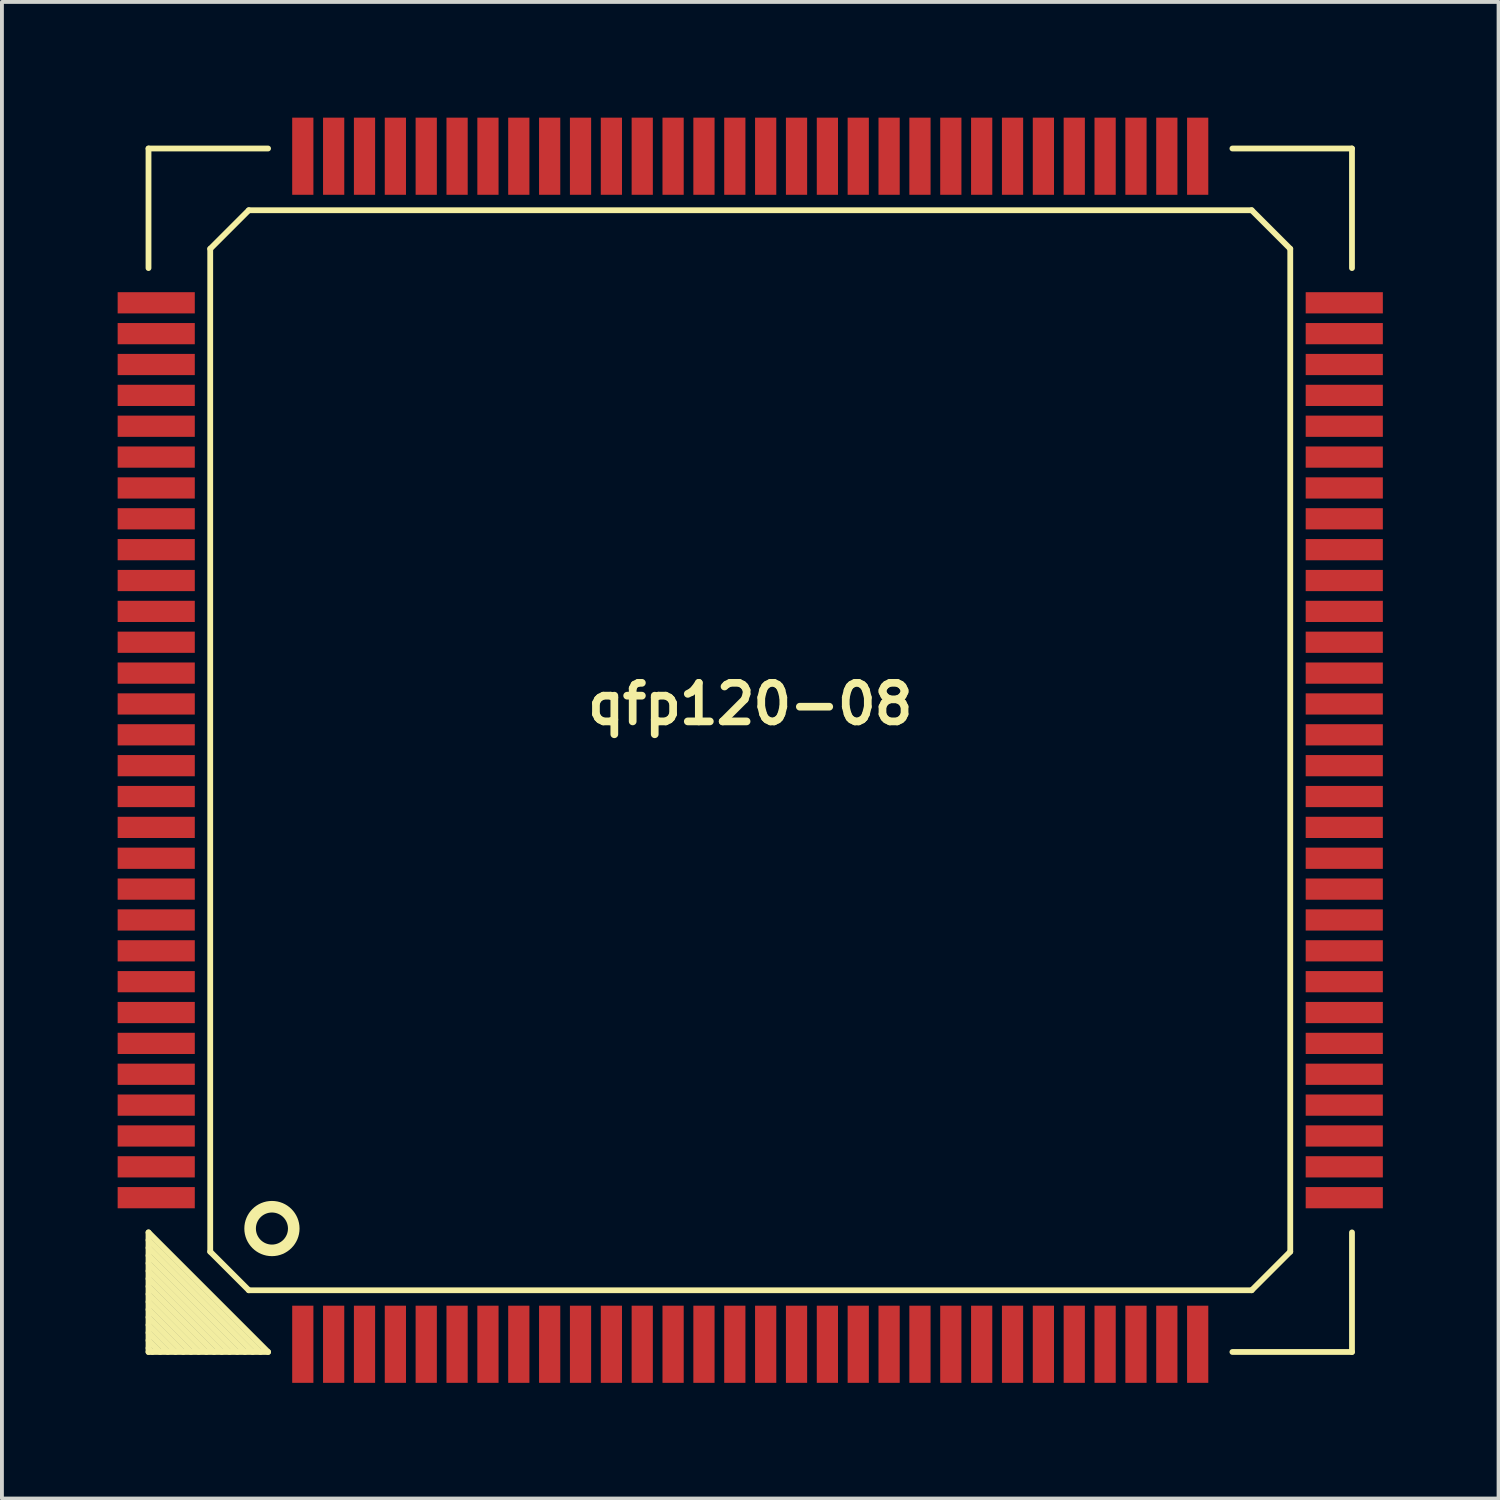
<source format=kicad_pcb>
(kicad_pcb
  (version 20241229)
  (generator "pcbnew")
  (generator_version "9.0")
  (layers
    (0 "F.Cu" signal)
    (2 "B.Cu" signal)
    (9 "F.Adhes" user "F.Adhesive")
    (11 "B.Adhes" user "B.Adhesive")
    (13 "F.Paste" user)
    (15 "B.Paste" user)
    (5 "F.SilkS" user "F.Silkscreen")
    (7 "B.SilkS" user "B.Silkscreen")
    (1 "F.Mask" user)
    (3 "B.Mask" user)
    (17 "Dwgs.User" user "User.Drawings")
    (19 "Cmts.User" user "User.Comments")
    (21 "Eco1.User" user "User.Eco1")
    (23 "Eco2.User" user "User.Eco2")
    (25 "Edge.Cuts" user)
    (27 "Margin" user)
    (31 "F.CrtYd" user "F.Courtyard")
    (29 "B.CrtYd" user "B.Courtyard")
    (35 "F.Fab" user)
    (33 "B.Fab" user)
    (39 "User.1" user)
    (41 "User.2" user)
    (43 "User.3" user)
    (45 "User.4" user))
  (footprint "qfp120-08"
    (layer "F.Cu")
    (at 16.4 16.4)
    (property "Reference" "qfp120-08" (at 0 -1.2 0) (layer "F.SilkS") (effects (font (size 1 1) (thickness 0.2))))
    (attr through_hole)
    (fp_line (start -15.6 -15.6) (end -12.5 -15.6) (stroke (width 0.15) (type solid)) (layer "F.SilkS"))
    (fp_line (start -15.6 -12.5) (end -15.6 -15.6) (stroke (width 0.15) (type solid)) (layer "F.SilkS"))
    (fp_line (start -15.6 12.7) (end -12.7 15.6) (stroke (width 0.15) (type solid)) (layer "F.SilkS"))
    (fp_line (start -15.6 14.3) (end -14.3 15.6) (stroke (width 0.15) (type solid)) (layer "F.SilkS"))
    (fp_line (start -15.6 14.7) (end -14.7 15.6) (stroke (width 0.15) (type solid)) (layer "F.SilkS"))
    (fp_line (start -15.6 15.1) (end -15.1 15.6) (stroke (width 0.15) (type solid)) (layer "F.SilkS"))
    (fp_line (start -15.6 15.5) (end -15.5 15.6) (stroke (width 0.15) (type solid)) (layer "F.SilkS"))
    (fp_line (start -15.6 15.6) (end -15.6 12.5) (stroke (width 0.15) (type solid)) (layer "F.SilkS"))
    (fp_line (start -15.3 15.6) (end -15.6 15.3) (stroke (width 0.15) (type solid)) (layer "F.SilkS"))
    (fp_line (start -14.9 15.6) (end -15.6 14.9) (stroke (width 0.15) (type solid)) (layer "F.SilkS"))
    (fp_line (start -14.5 15.6) (end -15.6 14.5) (stroke (width 0.15) (type solid)) (layer "F.SilkS"))
    (fp_line (start -14.1 15.6) (end -15.6 14.1) (stroke (width 0.15) (type solid)) (layer "F.SilkS"))
    (fp_line (start -14 -13) (end -13 -14) (stroke (width 0.15) (type solid)) (layer "F.SilkS"))
    (fp_line (start -14 13) (end -14 -13) (stroke (width 0.15) (type solid)) (layer "F.SilkS"))
    (fp_line (start -13.9 15.6) (end -15.6 13.9) (stroke (width 0.15) (type solid)) (layer "F.SilkS"))
    (fp_line (start -13.7 15.6) (end -15.6 13.7) (stroke (width 0.15) (type solid)) (layer "F.SilkS"))
    (fp_line (start -13.5 15.6) (end -15.6 13.5) (stroke (width 0.15) (type solid)) (layer "F.SilkS"))
    (fp_line (start -13.3 15.6) (end -15.6 13.3) (stroke (width 0.15) (type solid)) (layer "F.SilkS"))
    (fp_line (start -13.1 15.6) (end -15.6 13.1) (stroke (width 0.15) (type solid)) (layer "F.SilkS"))
    (fp_line (start -13 -14) (end 13 -14) (stroke (width 0.15) (type solid)) (layer "F.SilkS"))
    (fp_line (start -13 14) (end -14 13) (stroke (width 0.15) (type solid)) (layer "F.SilkS"))
    (fp_line (start -12.9 15.6) (end -15.6 12.9) (stroke (width 0.15) (type solid)) (layer "F.SilkS"))
    (fp_line (start -12.5 15.6) (end -15.6 12.5) (stroke (width 0.15) (type solid)) (layer "F.SilkS"))
    (fp_line (start -12.5 15.6) (end -15.6 15.6) (stroke (width 0.15) (type solid)) (layer "F.SilkS"))
    (fp_line (start 12.5 -15.6) (end 15.6 -15.6) (stroke (width 0.15) (type solid)) (layer "F.SilkS"))
    (fp_line (start 13 -14) (end 14 -13) (stroke (width 0.15) (type solid)) (layer "F.SilkS"))
    (fp_line (start 13 14) (end -13 14) (stroke (width 0.15) (type solid)) (layer "F.SilkS"))
    (fp_line (start 14 13) (end 13 14) (stroke (width 0.15) (type solid)) (layer "F.SilkS"))
    (fp_line (start 14 13) (end 14 -13) (stroke (width 0.15) (type solid)) (layer "F.SilkS"))
    (fp_line (start 15.6 -15.6) (end 15.6 -12.5) (stroke (width 0.15) (type solid)) (layer "F.SilkS"))
    (fp_line (start 15.6 12.5) (end 15.6 15.6) (stroke (width 0.15) (type solid)) (layer "F.SilkS"))
    (fp_line (start 15.6 15.6) (end 12.5 15.6) (stroke (width 0.15) (type solid)) (layer "F.SilkS"))
    (fp_circle (center -12.4 12.4) (end -12.8 12.8) (stroke (width 0.3) (type solid)) (fill no) (layer "F.SilkS"))
    (pad "1" smd rect (at -11.6 15.4) (size 0.55 2) (layers "F.Cu" "F.Mask" "F.Paste"))
    (pad "2" smd rect (at -10.8 15.4) (size 0.55 2) (layers "F.Cu" "F.Mask" "F.Paste"))
    (pad "3" smd rect (at -10 15.4) (size 0.55 2) (layers "F.Cu" "F.Mask" "F.Paste"))
    (pad "4" smd rect (at -9.2 15.4) (size 0.55 2) (layers "F.Cu" "F.Mask" "F.Paste"))
    (pad "5" smd rect (at -8.4 15.4) (size 0.55 2) (layers "F.Cu" "F.Mask" "F.Paste"))
    (pad "6" smd rect (at -7.6 15.4) (size 0.55 2) (layers "F.Cu" "F.Mask" "F.Paste"))
    (pad "7" smd rect (at -6.8 15.4) (size 0.55 2) (layers "F.Cu" "F.Mask" "F.Paste"))
    (pad "8" smd rect (at -6 15.4) (size 0.55 2) (layers "F.Cu" "F.Mask" "F.Paste"))
    (pad "9" smd rect (at -5.2 15.4) (size 0.55 2) (layers "F.Cu" "F.Mask" "F.Paste"))
    (pad "10" smd rect (at -4.4 15.4) (size 0.55 2) (layers "F.Cu" "F.Mask" "F.Paste"))
    (pad "11" smd rect (at -3.6 15.4) (size 0.55 2) (layers "F.Cu" "F.Mask" "F.Paste"))
    (pad "12" smd rect (at -2.8 15.4) (size 0.55 2) (layers "F.Cu" "F.Mask" "F.Paste"))
    (pad "13" smd rect (at -2 15.4) (size 0.55 2) (layers "F.Cu" "F.Mask" "F.Paste"))
    (pad "14" smd rect (at -1.2 15.4) (size 0.55 2) (layers "F.Cu" "F.Mask" "F.Paste"))
    (pad "15" smd rect (at -0.4 15.4) (size 0.55 2) (layers "F.Cu" "F.Mask" "F.Paste"))
    (pad "16" smd rect (at 0.4 15.4) (size 0.55 2) (layers "F.Cu" "F.Mask" "F.Paste"))
    (pad "17" smd rect (at 1.2 15.4) (size 0.55 2) (layers "F.Cu" "F.Mask" "F.Paste"))
    (pad "18" smd rect (at 2 15.4) (size 0.55 2) (layers "F.Cu" "F.Mask" "F.Paste"))
    (pad "19" smd rect (at 2.8 15.4) (size 0.55 2) (layers "F.Cu" "F.Mask" "F.Paste"))
    (pad "20" smd rect (at 3.6 15.4) (size 0.55 2) (layers "F.Cu" "F.Mask" "F.Paste"))
    (pad "21" smd rect (at 4.4 15.4) (size 0.55 2) (layers "F.Cu" "F.Mask" "F.Paste"))
    (pad "22" smd rect (at 5.2 15.4) (size 0.55 2) (layers "F.Cu" "F.Mask" "F.Paste"))
    (pad "23" smd rect (at 6 15.4) (size 0.55 2) (layers "F.Cu" "F.Mask" "F.Paste"))
    (pad "24" smd rect (at 6.8 15.4) (size 0.55 2) (layers "F.Cu" "F.Mask" "F.Paste"))
    (pad "25" smd rect (at 7.6 15.4) (size 0.55 2) (layers "F.Cu" "F.Mask" "F.Paste"))
    (pad "26" smd rect (at 8.4 15.4) (size 0.55 2) (layers "F.Cu" "F.Mask" "F.Paste"))
    (pad "27" smd rect (at 9.2 15.4) (size 0.55 2) (layers "F.Cu" "F.Mask" "F.Paste"))
    (pad "28" smd rect (at 10 15.4) (size 0.55 2) (layers "F.Cu" "F.Mask" "F.Paste"))
    (pad "29" smd rect (at 10.8 15.4) (size 0.55 2) (layers "F.Cu" "F.Mask" "F.Paste"))
    (pad "30" smd rect (at 11.6 15.4) (size 0.55 2) (layers "F.Cu" "F.Mask" "F.Paste"))
    (pad "31" smd rect (at 15.4 11.6) (size 2 0.55) (layers "F.Cu" "F.Mask" "F.Paste"))
    (pad "32" smd rect (at 15.4 10.8) (size 2 0.55) (layers "F.Cu" "F.Mask" "F.Paste"))
    (pad "33" smd rect (at 15.4 10) (size 2 0.55) (layers "F.Cu" "F.Mask" "F.Paste"))
    (pad "34" smd rect (at 15.4 9.2) (size 2 0.55) (layers "F.Cu" "F.Mask" "F.Paste"))
    (pad "35" smd rect (at 15.4 8.4) (size 2 0.55) (layers "F.Cu" "F.Mask" "F.Paste"))
    (pad "36" smd rect (at 15.4 7.6) (size 2 0.55) (layers "F.Cu" "F.Mask" "F.Paste"))
    (pad "37" smd rect (at 15.4 6.8) (size 2 0.55) (layers "F.Cu" "F.Mask" "F.Paste"))
    (pad "38" smd rect (at 15.4 6) (size 2 0.55) (layers "F.Cu" "F.Mask" "F.Paste"))
    (pad "39" smd rect (at 15.4 5.2) (size 2 0.55) (layers "F.Cu" "F.Mask" "F.Paste"))
    (pad "40" smd rect (at 15.4 4.4) (size 2 0.55) (layers "F.Cu" "F.Mask" "F.Paste"))
    (pad "41" smd rect (at 15.4 3.6) (size 2 0.55) (layers "F.Cu" "F.Mask" "F.Paste"))
    (pad "42" smd rect (at 15.4 2.8) (size 2 0.55) (layers "F.Cu" "F.Mask" "F.Paste"))
    (pad "43" smd rect (at 15.4 2) (size 2 0.55) (layers "F.Cu" "F.Mask" "F.Paste"))
    (pad "44" smd rect (at 15.4 1.2) (size 2 0.55) (layers "F.Cu" "F.Mask" "F.Paste"))
    (pad "45" smd rect (at 15.4 0.4) (size 2 0.55) (layers "F.Cu" "F.Mask" "F.Paste"))
    (pad "46" smd rect (at 15.4 -0.4) (size 2 0.55) (layers "F.Cu" "F.Mask" "F.Paste"))
    (pad "47" smd rect (at 15.4 -1.2) (size 2 0.55) (layers "F.Cu" "F.Mask" "F.Paste"))
    (pad "48" smd rect (at 15.4 -2) (size 2 0.55) (layers "F.Cu" "F.Mask" "F.Paste"))
    (pad "49" smd rect (at 15.4 -2.8) (size 2 0.55) (layers "F.Cu" "F.Mask" "F.Paste"))
    (pad "50" smd rect (at 15.4 -3.6) (size 2 0.55) (layers "F.Cu" "F.Mask" "F.Paste"))
    (pad "51" smd rect (at 15.4 -4.4) (size 2 0.55) (layers "F.Cu" "F.Mask" "F.Paste"))
    (pad "52" smd rect (at 15.4 -5.2) (size 2 0.55) (layers "F.Cu" "F.Mask" "F.Paste"))
    (pad "53" smd rect (at 15.4 -6) (size 2 0.55) (layers "F.Cu" "F.Mask" "F.Paste"))
    (pad "54" smd rect (at 15.4 -6.8) (size 2 0.55) (layers "F.Cu" "F.Mask" "F.Paste"))
    (pad "55" smd rect (at 15.4 -7.6) (size 2 0.55) (layers "F.Cu" "F.Mask" "F.Paste"))
    (pad "56" smd rect (at 15.4 -8.4) (size 2 0.55) (layers "F.Cu" "F.Mask" "F.Paste"))
    (pad "57" smd rect (at 15.4 -9.2) (size 2 0.55) (layers "F.Cu" "F.Mask" "F.Paste"))
    (pad "58" smd rect (at 15.4 -10) (size 2 0.55) (layers "F.Cu" "F.Mask" "F.Paste"))
    (pad "59" smd rect (at 15.4 -10.8) (size 2 0.55) (layers "F.Cu" "F.Mask" "F.Paste"))
    (pad "60" smd rect (at 15.4 -11.6) (size 2 0.55) (layers "F.Cu" "F.Mask" "F.Paste"))
    (pad "61" smd rect (at 11.6 -15.4) (size 0.55 2) (layers "F.Cu" "F.Mask" "F.Paste"))
    (pad "62" smd rect (at 10.8 -15.4) (size 0.55 2) (layers "F.Cu" "F.Mask" "F.Paste"))
    (pad "63" smd rect (at 10 -15.4) (size 0.55 2) (layers "F.Cu" "F.Mask" "F.Paste"))
    (pad "64" smd rect (at 9.2 -15.4) (size 0.55 2) (layers "F.Cu" "F.Mask" "F.Paste"))
    (pad "65" smd rect (at 8.4 -15.4) (size 0.55 2) (layers "F.Cu" "F.Mask" "F.Paste"))
    (pad "66" smd rect (at 7.6 -15.4) (size 0.55 2) (layers "F.Cu" "F.Mask" "F.Paste"))
    (pad "67" smd rect (at 6.8 -15.4) (size 0.55 2) (layers "F.Cu" "F.Mask" "F.Paste"))
    (pad "68" smd rect (at 6 -15.4) (size 0.55 2) (layers "F.Cu" "F.Mask" "F.Paste"))
    (pad "69" smd rect (at 5.2 -15.4) (size 0.55 2) (layers "F.Cu" "F.Mask" "F.Paste"))
    (pad "70" smd rect (at 4.4 -15.4) (size 0.55 2) (layers "F.Cu" "F.Mask" "F.Paste"))
    (pad "71" smd rect (at 3.6 -15.4) (size 0.55 2) (layers "F.Cu" "F.Mask" "F.Paste"))
    (pad "72" smd rect (at 2.8 -15.4) (size 0.55 2) (layers "F.Cu" "F.Mask" "F.Paste"))
    (pad "73" smd rect (at 2 -15.4) (size 0.55 2) (layers "F.Cu" "F.Mask" "F.Paste"))
    (pad "74" smd rect (at 1.2 -15.4) (size 0.55 2) (layers "F.Cu" "F.Mask" "F.Paste"))
    (pad "75" smd rect (at 0.4 -15.4) (size 0.55 2) (layers "F.Cu" "F.Mask" "F.Paste"))
    (pad "76" smd rect (at -0.4 -15.4) (size 0.55 2) (layers "F.Cu" "F.Mask" "F.Paste"))
    (pad "77" smd rect (at -1.2 -15.4) (size 0.55 2) (layers "F.Cu" "F.Mask" "F.Paste"))
    (pad "78" smd rect (at -2 -15.4) (size 0.55 2) (layers "F.Cu" "F.Mask" "F.Paste"))
    (pad "79" smd rect (at -2.8 -15.4) (size 0.55 2) (layers "F.Cu" "F.Mask" "F.Paste"))
    (pad "80" smd rect (at -3.6 -15.4) (size 0.55 2) (layers "F.Cu" "F.Mask" "F.Paste"))
    (pad "81" smd rect (at -4.4 -15.4) (size 0.55 2) (layers "F.Cu" "F.Mask" "F.Paste"))
    (pad "82" smd rect (at -5.2 -15.4) (size 0.55 2) (layers "F.Cu" "F.Mask" "F.Paste"))
    (pad "83" smd rect (at -6 -15.4) (size 0.55 2) (layers "F.Cu" "F.Mask" "F.Paste"))
    (pad "84" smd rect (at -6.8 -15.4) (size 0.55 2) (layers "F.Cu" "F.Mask" "F.Paste"))
    (pad "85" smd rect (at -7.6 -15.4) (size 0.55 2) (layers "F.Cu" "F.Mask" "F.Paste"))
    (pad "86" smd rect (at -8.4 -15.4) (size 0.55 2) (layers "F.Cu" "F.Mask" "F.Paste"))
    (pad "87" smd rect (at -9.2 -15.4) (size 0.55 2) (layers "F.Cu" "F.Mask" "F.Paste"))
    (pad "88" smd rect (at -10 -15.4) (size 0.55 2) (layers "F.Cu" "F.Mask" "F.Paste"))
    (pad "89" smd rect (at -10.8 -15.4) (size 0.55 2) (layers "F.Cu" "F.Mask" "F.Paste"))
    (pad "90" smd rect (at -11.6 -15.4) (size 0.55 2) (layers "F.Cu" "F.Mask" "F.Paste"))
    (pad "91" smd rect (at -15.4 -11.6) (size 2 0.55) (layers "F.Cu" "F.Mask" "F.Paste"))
    (pad "92" smd rect (at -15.4 -10.8) (size 2 0.55) (layers "F.Cu" "F.Mask" "F.Paste"))
    (pad "93" smd rect (at -15.4 -10) (size 2 0.55) (layers "F.Cu" "F.Mask" "F.Paste"))
    (pad "94" smd rect (at -15.4 -9.2) (size 2 0.55) (layers "F.Cu" "F.Mask" "F.Paste"))
    (pad "95" smd rect (at -15.4 -8.4) (size 2 0.55) (layers "F.Cu" "F.Mask" "F.Paste"))
    (pad "96" smd rect (at -15.4 -7.6) (size 2 0.55) (layers "F.Cu" "F.Mask" "F.Paste"))
    (pad "97" smd rect (at -15.4 -6.8) (size 2 0.55) (layers "F.Cu" "F.Mask" "F.Paste"))
    (pad "98" smd rect (at -15.4 -6) (size 2 0.55) (layers "F.Cu" "F.Mask" "F.Paste"))
    (pad "99" smd rect (at -15.4 -5.2) (size 2 0.55) (layers "F.Cu" "F.Mask" "F.Paste"))
    (pad "100" smd rect (at -15.4 -4.4) (size 2 0.55) (layers "F.Cu" "F.Mask" "F.Paste"))
    (pad "101" smd rect (at -15.4 -3.6) (size 2 0.55) (layers "F.Cu" "F.Mask" "F.Paste"))
    (pad "102" smd rect (at -15.4 -2.8) (size 2 0.55) (layers "F.Cu" "F.Mask" "F.Paste"))
    (pad "103" smd rect (at -15.4 -2) (size 2 0.55) (layers "F.Cu" "F.Mask" "F.Paste"))
    (pad "104" smd rect (at -15.4 -1.2) (size 2 0.55) (layers "F.Cu" "F.Mask" "F.Paste"))
    (pad "105" smd rect (at -15.4 -0.4) (size 2 0.55) (layers "F.Cu" "F.Mask" "F.Paste"))
    (pad "106" smd rect (at -15.4 0.4) (size 2 0.55) (layers "F.Cu" "F.Mask" "F.Paste"))
    (pad "107" smd rect (at -15.4 1.2) (size 2 0.55) (layers "F.Cu" "F.Mask" "F.Paste"))
    (pad "108" smd rect (at -15.4 2) (size 2 0.55) (layers "F.Cu" "F.Mask" "F.Paste"))
    (pad "109" smd rect (at -15.4 2.8) (size 2 0.55) (layers "F.Cu" "F.Mask" "F.Paste"))
    (pad "110" smd rect (at -15.4 3.6) (size 2 0.55) (layers "F.Cu" "F.Mask" "F.Paste"))
    (pad "111" smd rect (at -15.4 4.4) (size 2 0.55) (layers "F.Cu" "F.Mask" "F.Paste"))
    (pad "112" smd rect (at -15.4 5.2) (size 2 0.55) (layers "F.Cu" "F.Mask" "F.Paste"))
    (pad "113" smd rect (at -15.4 6) (size 2 0.55) (layers "F.Cu" "F.Mask" "F.Paste"))
    (pad "114" smd rect (at -15.4 6.8) (size 2 0.55) (layers "F.Cu" "F.Mask" "F.Paste"))
    (pad "115" smd rect (at -15.4 7.6) (size 2 0.55) (layers "F.Cu" "F.Mask" "F.Paste"))
    (pad "116" smd rect (at -15.4 8.4) (size 2 0.55) (layers "F.Cu" "F.Mask" "F.Paste"))
    (pad "117" smd rect (at -15.4 9.2) (size 2 0.55) (layers "F.Cu" "F.Mask" "F.Paste"))
    (pad "118" smd rect (at -15.4 10) (size 2 0.55) (layers "F.Cu" "F.Mask" "F.Paste"))
    (pad "119" smd rect (at -15.4 10.8) (size 2 0.55) (layers "F.Cu" "F.Mask" "F.Paste"))
    (pad "120" smd rect (at -15.4 11.6) (size 2 0.55) (layers "F.Cu" "F.Mask" "F.Paste")))
  (gr_rect
    (start -3 -3)
    (end 35.8 35.8)
    (stroke (width 0.1) (type default))
    (fill no)
    (layer "Edge.Cuts")))
</source>
